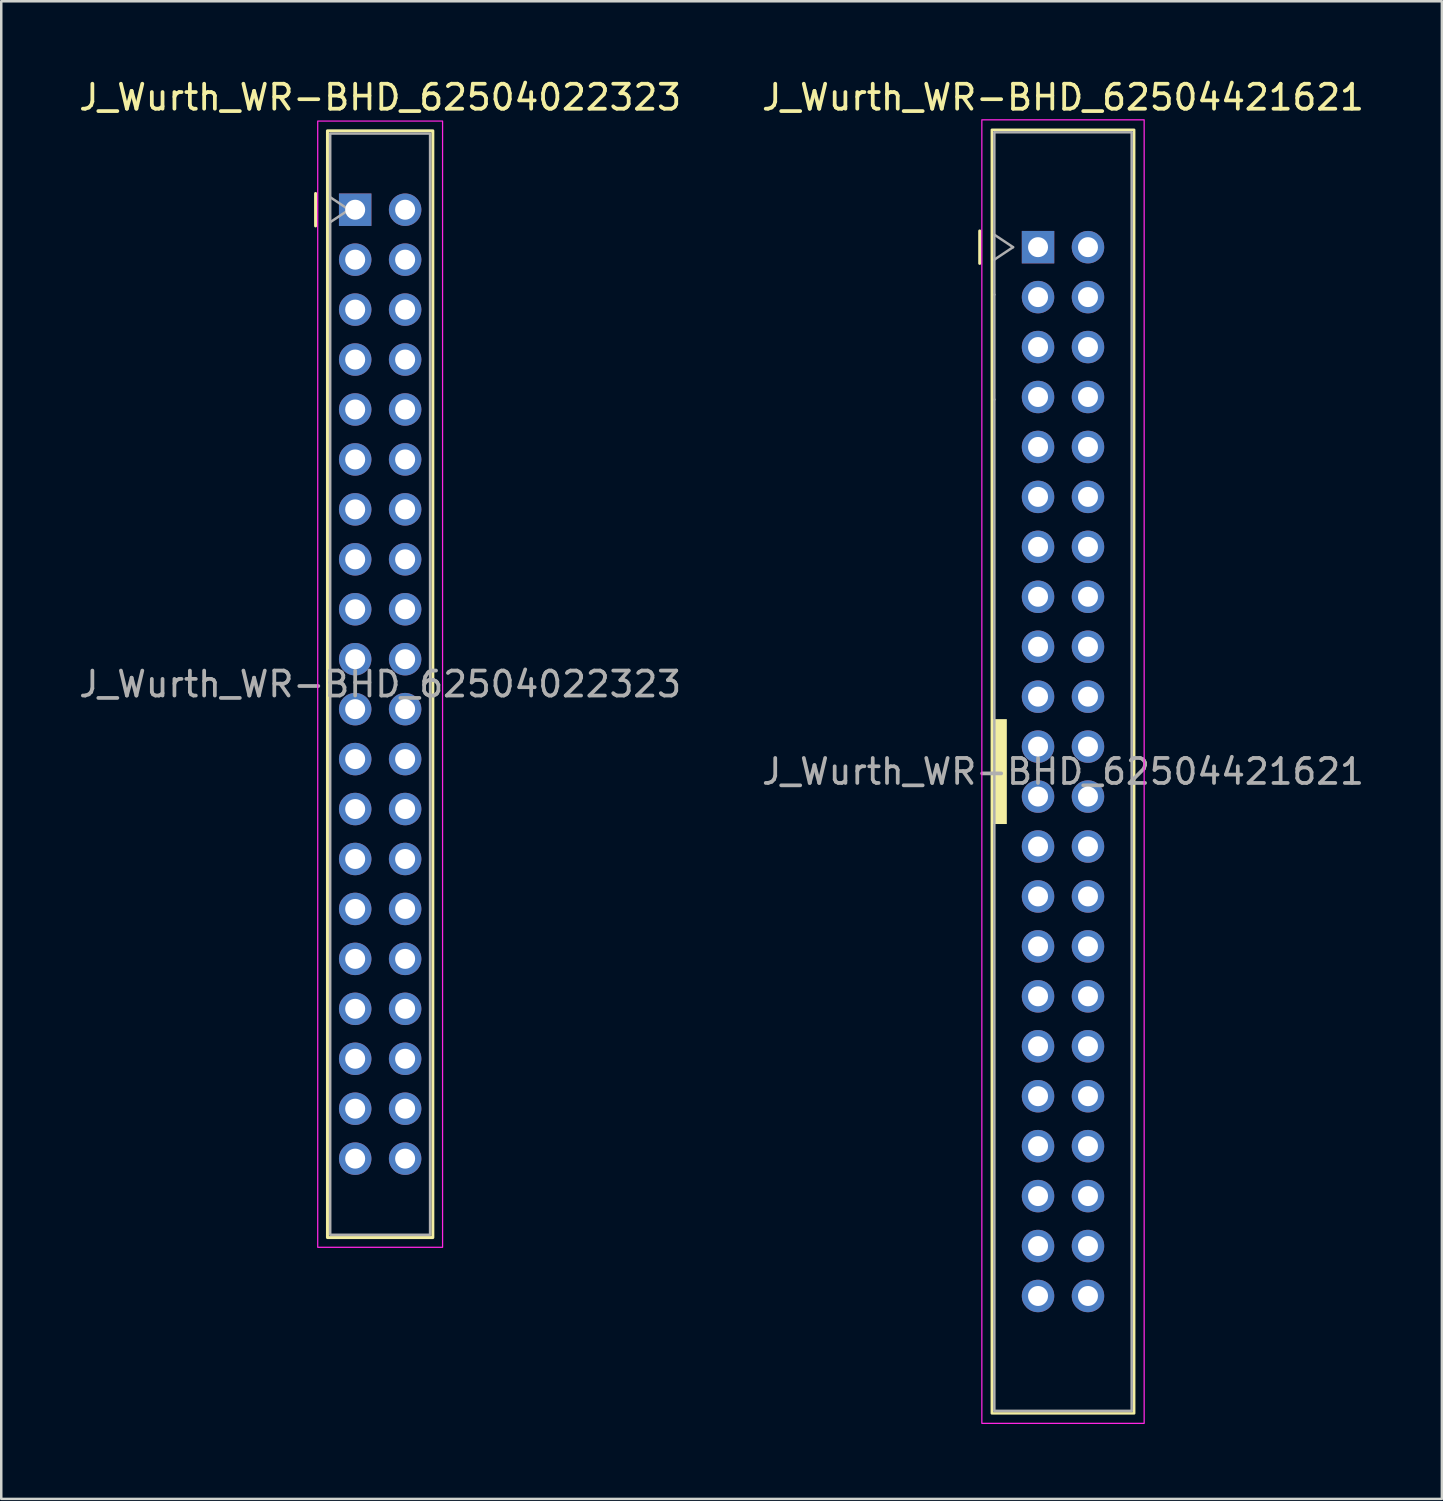
<source format=kicad_pcb>
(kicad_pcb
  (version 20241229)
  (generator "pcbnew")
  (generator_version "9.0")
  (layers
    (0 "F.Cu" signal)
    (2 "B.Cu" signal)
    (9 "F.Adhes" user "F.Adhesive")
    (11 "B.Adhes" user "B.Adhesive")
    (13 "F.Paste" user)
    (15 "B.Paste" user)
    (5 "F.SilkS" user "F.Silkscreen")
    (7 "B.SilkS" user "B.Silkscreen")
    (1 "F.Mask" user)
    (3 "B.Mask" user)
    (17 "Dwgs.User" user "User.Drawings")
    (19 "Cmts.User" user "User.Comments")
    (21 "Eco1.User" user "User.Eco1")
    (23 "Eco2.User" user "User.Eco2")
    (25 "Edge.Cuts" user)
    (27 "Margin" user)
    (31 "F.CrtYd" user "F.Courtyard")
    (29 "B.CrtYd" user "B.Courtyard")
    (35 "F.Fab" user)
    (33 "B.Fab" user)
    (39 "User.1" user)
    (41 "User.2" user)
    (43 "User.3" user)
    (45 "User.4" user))
  (footprint "J_Wurth_WR-BHD_62504022323"
    (layer "F.Cu")
    (at 11.173 5.348)
    (property "Reference" "J_Wurth_WR-BHD_62504022323" (at 1 -4.5 0) (unlocked yes) (layer "F.SilkS") (effects (font (size 1 1) (thickness 0.15))))
    (attr through_hole)
    (fp_line (start -1.585 -0.65) (end -1.585 0.65) (stroke (width 0.12) (type solid)) (layer "F.SilkS"))
    (fp_rect (start -1.11 -3.16) (end 3.11 41.16) (stroke (width 0.12) (type solid)) (fill no) (layer "F.SilkS"))
    (fp_rect (start -1.5 -3.55) (end 3.5 41.55) (stroke (width 0.05) (type solid)) (fill no) (layer "F.CrtYd"))
    (fp_line (start -0.25 0) (end -1 -0.5) (stroke (width 0.1) (type solid)) (layer "F.Fab"))
    (fp_line (start -0.25 0) (end -1 0.5) (stroke (width 0.1) (type solid)) (layer "F.Fab"))
    (fp_rect (start -1 -3.05) (end 3 41.05) (stroke (width 0.1) (type solid)) (fill no) (layer "F.Fab"))
    (fp_text user "${REFERENCE}" (at 1 19 0) (unlocked yes) (layer "F.Fab") (effects (font (size 1 1) (thickness 0.15))))
    (pad "1" thru_hole rect (at 0 0 270) (size 1.3 1.3) (drill 0.8) (layers "*.Cu" "*.Mask"))
    (pad "2" thru_hole circle (at 2 0 270) (size 1.3 1.3) (drill 0.8) (layers "*.Cu" "*.Mask"))
    (pad "3" thru_hole circle (at 0 2 270) (size 1.3 1.3) (drill 0.8) (layers "*.Cu" "*.Mask"))
    (pad "4" thru_hole circle (at 2 2 270) (size 1.3 1.3) (drill 0.8) (layers "*.Cu" "*.Mask"))
    (pad "5" thru_hole circle (at 0 4 270) (size 1.3 1.3) (drill 0.8) (layers "*.Cu" "*.Mask"))
    (pad "6" thru_hole circle (at 2 4 270) (size 1.3 1.3) (drill 0.8) (layers "*.Cu" "*.Mask"))
    (pad "7" thru_hole circle (at 0 6 270) (size 1.3 1.3) (drill 0.8) (layers "*.Cu" "*.Mask"))
    (pad "8" thru_hole circle (at 2 6 270) (size 1.3 1.3) (drill 0.8) (layers "*.Cu" "*.Mask"))
    (pad "9" thru_hole circle (at 0 8 270) (size 1.3 1.3) (drill 0.8) (layers "*.Cu" "*.Mask"))
    (pad "10" thru_hole circle (at 2 8 270) (size 1.3 1.3) (drill 0.8) (layers "*.Cu" "*.Mask"))
    (pad "11" thru_hole circle (at 0 10 270) (size 1.3 1.3) (drill 0.8) (layers "*.Cu" "*.Mask"))
    (pad "12" thru_hole circle (at 2 10 270) (size 1.3 1.3) (drill 0.8) (layers "*.Cu" "*.Mask"))
    (pad "13" thru_hole circle (at 0 12 270) (size 1.3 1.3) (drill 0.8) (layers "*.Cu" "*.Mask"))
    (pad "14" thru_hole circle (at 2 12 270) (size 1.3 1.3) (drill 0.8) (layers "*.Cu" "*.Mask"))
    (pad "15" thru_hole circle (at 0 14 270) (size 1.3 1.3) (drill 0.8) (layers "*.Cu" "*.Mask"))
    (pad "16" thru_hole circle (at 2 14 270) (size 1.3 1.3) (drill 0.8) (layers "*.Cu" "*.Mask"))
    (pad "17" thru_hole circle (at 0 16 270) (size 1.3 1.3) (drill 0.8) (layers "*.Cu" "*.Mask"))
    (pad "18" thru_hole circle (at 2 16 270) (size 1.3 1.3) (drill 0.8) (layers "*.Cu" "*.Mask"))
    (pad "19" thru_hole circle (at 0 18 270) (size 1.3 1.3) (drill 0.8) (layers "*.Cu" "*.Mask"))
    (pad "20" thru_hole circle (at 2 18 270) (size 1.3 1.3) (drill 0.8) (layers "*.Cu" "*.Mask"))
    (pad "21" thru_hole circle (at 0 20 270) (size 1.3 1.3) (drill 0.8) (layers "*.Cu" "*.Mask"))
    (pad "22" thru_hole circle (at 2 20 270) (size 1.3 1.3) (drill 0.8) (layers "*.Cu" "*.Mask"))
    (pad "23" thru_hole circle (at 0 22 270) (size 1.3 1.3) (drill 0.8) (layers "*.Cu" "*.Mask"))
    (pad "24" thru_hole circle (at 2 22 270) (size 1.3 1.3) (drill 0.8) (layers "*.Cu" "*.Mask"))
    (pad "25" thru_hole circle (at 0 24 270) (size 1.3 1.3) (drill 0.8) (layers "*.Cu" "*.Mask"))
    (pad "26" thru_hole circle (at 2 24 270) (size 1.3 1.3) (drill 0.8) (layers "*.Cu" "*.Mask"))
    (pad "27" thru_hole circle (at 0 26 270) (size 1.3 1.3) (drill 0.8) (layers "*.Cu" "*.Mask"))
    (pad "28" thru_hole circle (at 2 26 270) (size 1.3 1.3) (drill 0.8) (layers "*.Cu" "*.Mask"))
    (pad "29" thru_hole circle (at 0 28 270) (size 1.3 1.3) (drill 0.8) (layers "*.Cu" "*.Mask"))
    (pad "30" thru_hole circle (at 2 28 270) (size 1.3 1.3) (drill 0.8) (layers "*.Cu" "*.Mask"))
    (pad "31" thru_hole circle (at 0 30 270) (size 1.3 1.3) (drill 0.8) (layers "*.Cu" "*.Mask"))
    (pad "32" thru_hole circle (at 2 30 270) (size 1.3 1.3) (drill 0.8) (layers "*.Cu" "*.Mask"))
    (pad "33" thru_hole circle (at 0 32 270) (size 1.3 1.3) (drill 0.8) (layers "*.Cu" "*.Mask"))
    (pad "34" thru_hole circle (at 2 32 270) (size 1.3 1.3) (drill 0.8) (layers "*.Cu" "*.Mask"))
    (pad "35" thru_hole circle (at 0 34 270) (size 1.3 1.3) (drill 0.8) (layers "*.Cu" "*.Mask"))
    (pad "36" thru_hole circle (at 2 34 270) (size 1.3 1.3) (drill 0.8) (layers "*.Cu" "*.Mask"))
    (pad "37" thru_hole circle (at 0 36 270) (size 1.3 1.3) (drill 0.8) (layers "*.Cu" "*.Mask"))
    (pad "38" thru_hole circle (at 2 36 270) (size 1.3 1.3) (drill 0.8) (layers "*.Cu" "*.Mask"))
    (pad "39" thru_hole circle (at 0 38 270) (size 1.3 1.3) (drill 0.8) (layers "*.Cu" "*.Mask"))
    (pad "40" thru_hole circle (at 2 38 270) (size 1.3 1.3) (drill 0.8) (layers "*.Cu" "*.Mask")))
  (footprint "J_Wurth_WR-BHD_62504421621"
    (layer "F.Cu")
    (at 38.518 6.848)
    (property "Reference" "J_Wurth_WR-BHD_62504421621" (at 1 -6 0) (unlocked yes) (layer "F.SilkS") (effects (font (size 1 1) (thickness 0.15))))
    (attr through_hole)
    (fp_line (start -2.335 -0.65) (end -2.335 0.65) (stroke (width 0.12) (type solid)) (layer "F.SilkS"))
    (fp_rect (start -1.8 18.9) (end -1.25 23.1) (stroke (width 0) (type solid)) (fill yes) (layer "F.SilkS"))
    (fp_poly (pts (xy 3.85 46.7) (xy 3.85 -4.7) (xy -1.85 -4.7) (xy -1.85 46.7)) (stroke (width 0.1) (type solid)) (fill no) (layer "F.SilkS"))
    (fp_poly (pts (xy -2.25 -5.1) (xy -2.25 47.1) (xy 4.25 47.1) (xy 4.25 -5.1)) (stroke (width 0.05) (type solid)) (fill no) (layer "F.CrtYd"))
    (fp_line (start -1.75 -4.6) (end -1.75 1.9) (stroke (width 0.1) (type solid)) (layer "F.Fab"))
    (fp_line (start -1.75 1.9) (end -1.75 6.1) (stroke (width 0.1) (type solid)) (layer "F.Fab"))
    (fp_line (start -1.75 6.1) (end -1.75 46.6) (stroke (width 0.1) (type solid)) (layer "F.Fab"))
    (fp_line (start -1.75 46.6) (end 3.75 46.6) (stroke (width 0.1) (type solid)) (layer "F.Fab"))
    (fp_line (start -1 0) (end -1.75 -0.5) (stroke (width 0.1) (type solid)) (layer "F.Fab"))
    (fp_line (start -1 0) (end -1.75 0.5) (stroke (width 0.1) (type solid)) (layer "F.Fab"))
    (fp_line (start 3.75 -4.6) (end -1.75 -4.6) (stroke (width 0.1) (type solid)) (layer "F.Fab"))
    (fp_line (start 3.75 46.6) (end 3.75 -4.6) (stroke (width 0.1) (type solid)) (layer "F.Fab"))
    (fp_text user "${REFERENCE}" (at 1 21 0) (unlocked yes) (layer "F.Fab") (effects (font (size 1 1) (thickness 0.15))))
    (pad "1" thru_hole rect (at 0 0 270) (size 1.3 1.3) (drill 0.8) (layers "*.Cu" "*.Mask"))
    (pad "2" thru_hole circle (at 2 0 270) (size 1.3 1.3) (drill 0.8) (layers "*.Cu" "*.Mask"))
    (pad "3" thru_hole circle (at 0 2 270) (size 1.3 1.3) (drill 0.8) (layers "*.Cu" "*.Mask"))
    (pad "4" thru_hole circle (at 2 2 270) (size 1.3 1.3) (drill 0.8) (layers "*.Cu" "*.Mask"))
    (pad "5" thru_hole circle (at 0 4 270) (size 1.3 1.3) (drill 0.8) (layers "*.Cu" "*.Mask"))
    (pad "6" thru_hole circle (at 2 4 270) (size 1.3 1.3) (drill 0.8) (layers "*.Cu" "*.Mask"))
    (pad "7" thru_hole circle (at 0 6 270) (size 1.3 1.3) (drill 0.8) (layers "*.Cu" "*.Mask"))
    (pad "8" thru_hole circle (at 2 6 270) (size 1.3 1.3) (drill 0.8) (layers "*.Cu" "*.Mask"))
    (pad "9" thru_hole circle (at 0 8 270) (size 1.3 1.3) (drill 0.8) (layers "*.Cu" "*.Mask"))
    (pad "10" thru_hole circle (at 2 8 270) (size 1.3 1.3) (drill 0.8) (layers "*.Cu" "*.Mask"))
    (pad "11" thru_hole circle (at 0 10 270) (size 1.3 1.3) (drill 0.8) (layers "*.Cu" "*.Mask"))
    (pad "12" thru_hole circle (at 2 10 270) (size 1.3 1.3) (drill 0.8) (layers "*.Cu" "*.Mask"))
    (pad "13" thru_hole circle (at 0 12 270) (size 1.3 1.3) (drill 0.8) (layers "*.Cu" "*.Mask"))
    (pad "14" thru_hole circle (at 2 12 270) (size 1.3 1.3) (drill 0.8) (layers "*.Cu" "*.Mask"))
    (pad "15" thru_hole circle (at 0 14 270) (size 1.3 1.3) (drill 0.8) (layers "*.Cu" "*.Mask"))
    (pad "16" thru_hole circle (at 2 14 270) (size 1.3 1.3) (drill 0.8) (layers "*.Cu" "*.Mask"))
    (pad "17" thru_hole circle (at 0 16 270) (size 1.3 1.3) (drill 0.8) (layers "*.Cu" "*.Mask"))
    (pad "18" thru_hole circle (at 2 16 270) (size 1.3 1.3) (drill 0.8) (layers "*.Cu" "*.Mask"))
    (pad "19" thru_hole circle (at 0 18 270) (size 1.3 1.3) (drill 0.8) (layers "*.Cu" "*.Mask"))
    (pad "20" thru_hole circle (at 2 18 270) (size 1.3 1.3) (drill 0.8) (layers "*.Cu" "*.Mask"))
    (pad "21" thru_hole circle (at 0 20 270) (size 1.3 1.3) (drill 0.8) (layers "*.Cu" "*.Mask"))
    (pad "22" thru_hole circle (at 2 20 270) (size 1.3 1.3) (drill 0.8) (layers "*.Cu" "*.Mask"))
    (pad "23" thru_hole circle (at 0 22 270) (size 1.3 1.3) (drill 0.8) (layers "*.Cu" "*.Mask"))
    (pad "24" thru_hole circle (at 2 22 270) (size 1.3 1.3) (drill 0.8) (layers "*.Cu" "*.Mask"))
    (pad "25" thru_hole circle (at 0 24 270) (size 1.3 1.3) (drill 0.8) (layers "*.Cu" "*.Mask"))
    (pad "26" thru_hole circle (at 2 24 270) (size 1.3 1.3) (drill 0.8) (layers "*.Cu" "*.Mask"))
    (pad "27" thru_hole circle (at 0 26 270) (size 1.3 1.3) (drill 0.8) (layers "*.Cu" "*.Mask"))
    (pad "28" thru_hole circle (at 2 26 270) (size 1.3 1.3) (drill 0.8) (layers "*.Cu" "*.Mask"))
    (pad "29" thru_hole circle (at 0 28 270) (size 1.3 1.3) (drill 0.8) (layers "*.Cu" "*.Mask"))
    (pad "30" thru_hole circle (at 2 28 270) (size 1.3 1.3) (drill 0.8) (layers "*.Cu" "*.Mask"))
    (pad "31" thru_hole circle (at 0 30 270) (size 1.3 1.3) (drill 0.8) (layers "*.Cu" "*.Mask"))
    (pad "32" thru_hole circle (at 2 30 270) (size 1.3 1.3) (drill 0.8) (layers "*.Cu" "*.Mask"))
    (pad "33" thru_hole circle (at 0 32 270) (size 1.3 1.3) (drill 0.8) (layers "*.Cu" "*.Mask"))
    (pad "34" thru_hole circle (at 2 32 270) (size 1.3 1.3) (drill 0.8) (layers "*.Cu" "*.Mask"))
    (pad "35" thru_hole circle (at 0 34 270) (size 1.3 1.3) (drill 0.8) (layers "*.Cu" "*.Mask"))
    (pad "36" thru_hole circle (at 2 34 270) (size 1.3 1.3) (drill 0.8) (layers "*.Cu" "*.Mask"))
    (pad "37" thru_hole circle (at 0 36 270) (size 1.3 1.3) (drill 0.8) (layers "*.Cu" "*.Mask"))
    (pad "38" thru_hole circle (at 2 36 270) (size 1.3 1.3) (drill 0.8) (layers "*.Cu" "*.Mask"))
    (pad "39" thru_hole circle (at 0 38 270) (size 1.3 1.3) (drill 0.8) (layers "*.Cu" "*.Mask"))
    (pad "40" thru_hole circle (at 2 38 270) (size 1.3 1.3) (drill 0.8) (layers "*.Cu" "*.Mask"))
    (pad "41" thru_hole circle (at 0 40 270) (size 1.3 1.3) (drill 0.8) (layers "*.Cu" "*.Mask"))
    (pad "42" thru_hole circle (at 2 40 270) (size 1.3 1.3) (drill 0.8) (layers "*.Cu" "*.Mask"))
    (pad "43" thru_hole circle (at 0 42 270) (size 1.3 1.3) (drill 0.8) (layers "*.Cu" "*.Mask"))
    (pad "44" thru_hole circle (at 2 42 270) (size 1.3 1.3) (drill 0.8) (layers "*.Cu" "*.Mask")))
  (gr_rect
    (start -3 -3)
    (end 54.69 56.973)
    (stroke (width 0.1) (type default))
    (fill no)
    (layer "Edge.Cuts")))
</source>
